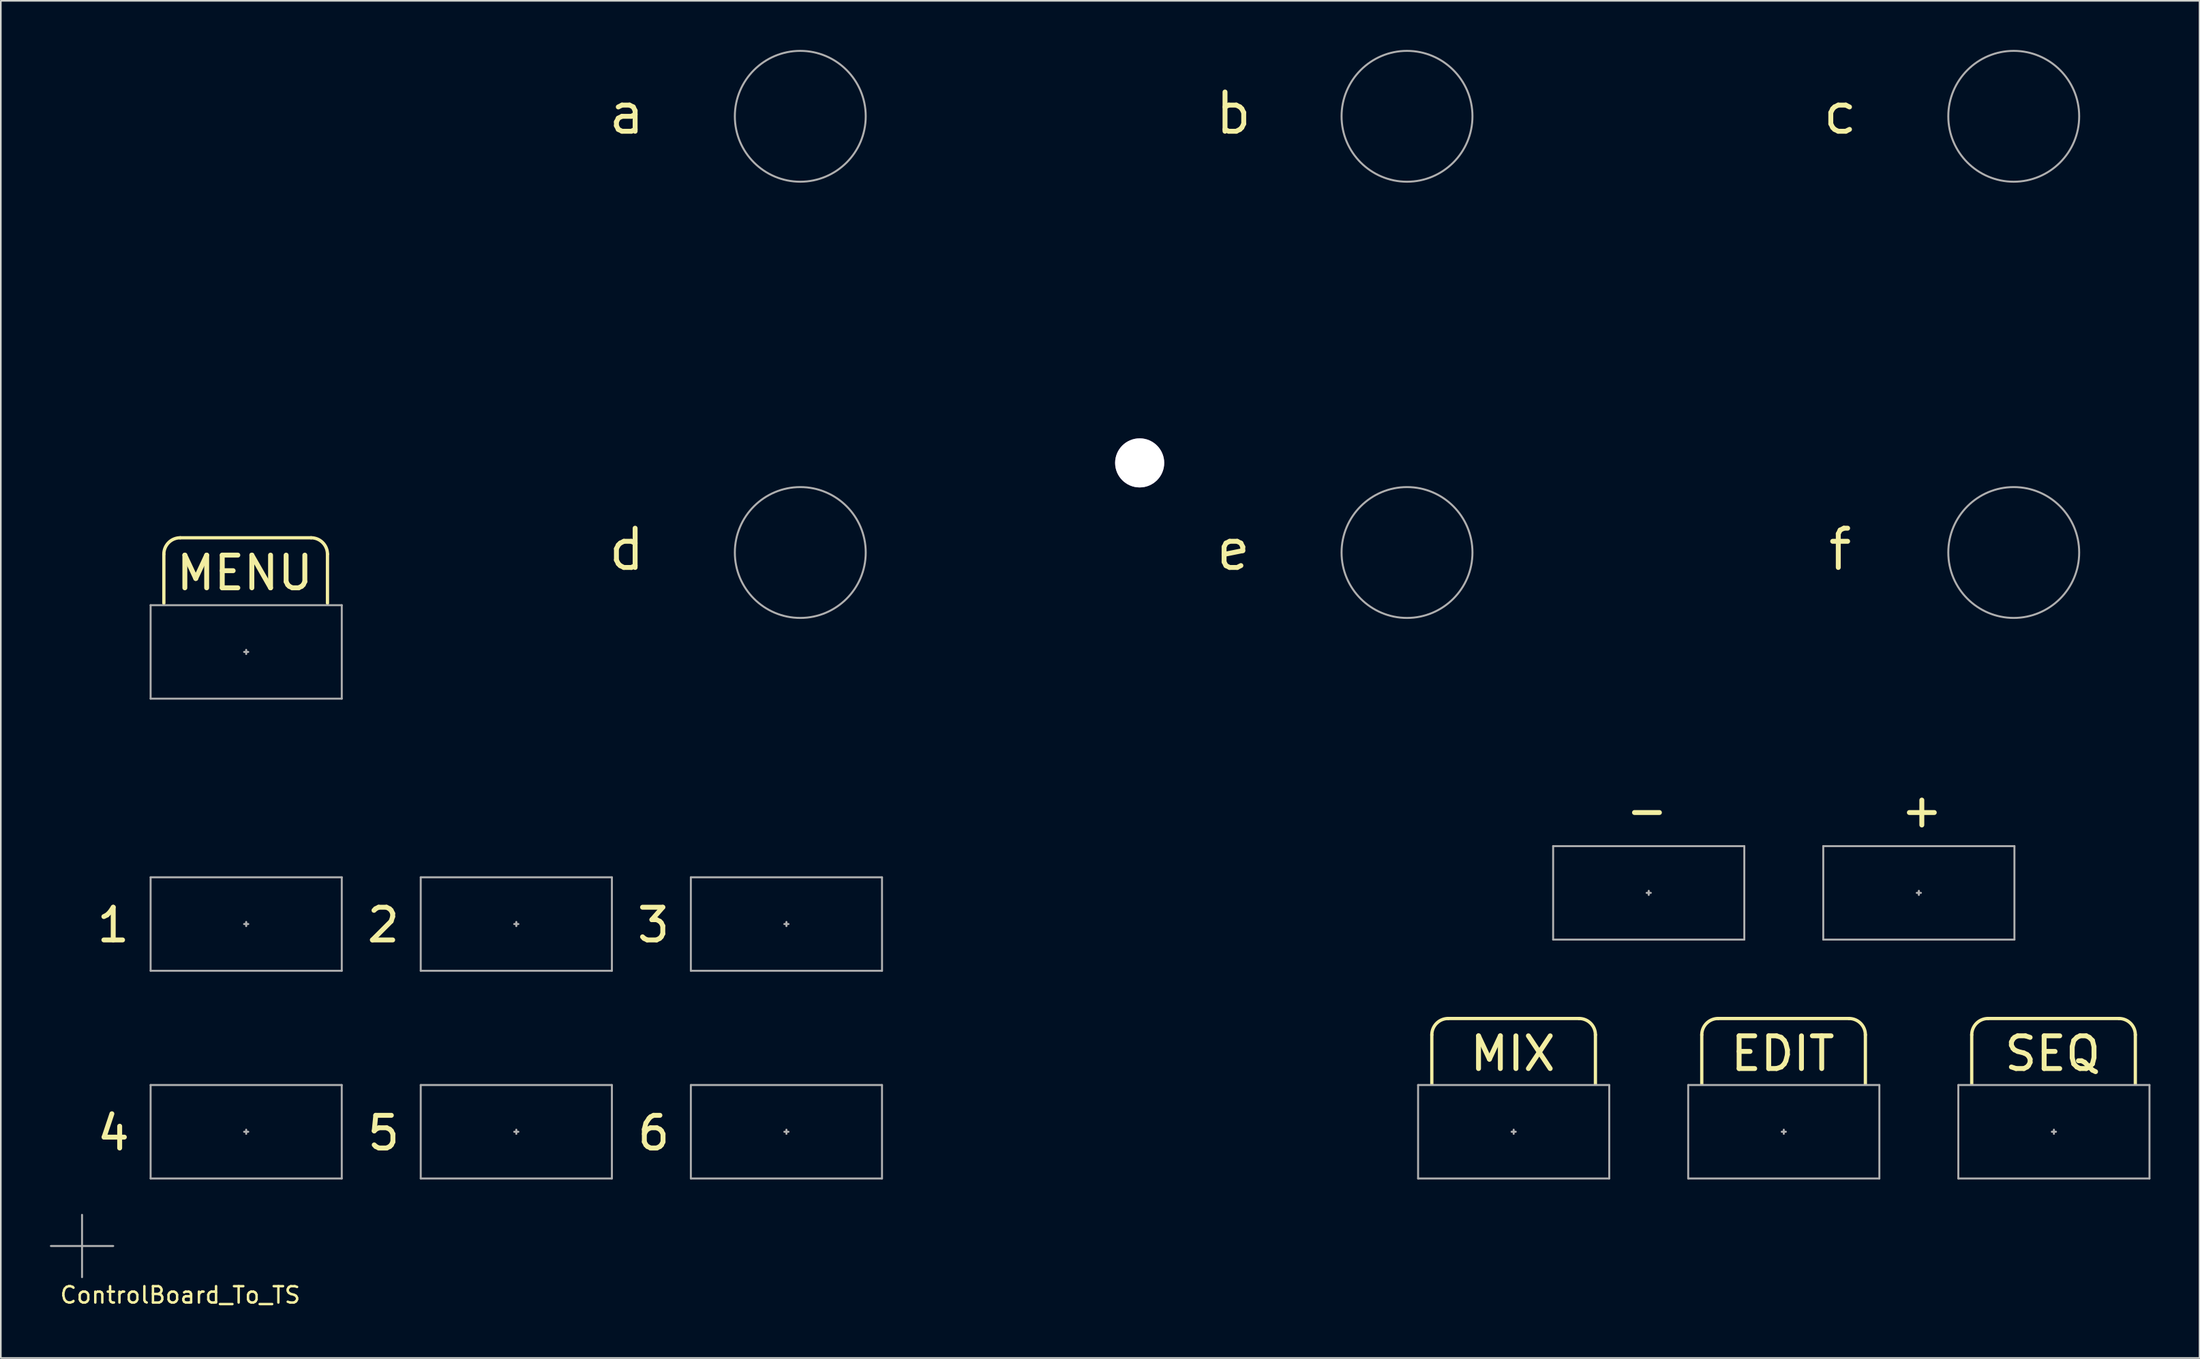
<source format=kicad_pcb>
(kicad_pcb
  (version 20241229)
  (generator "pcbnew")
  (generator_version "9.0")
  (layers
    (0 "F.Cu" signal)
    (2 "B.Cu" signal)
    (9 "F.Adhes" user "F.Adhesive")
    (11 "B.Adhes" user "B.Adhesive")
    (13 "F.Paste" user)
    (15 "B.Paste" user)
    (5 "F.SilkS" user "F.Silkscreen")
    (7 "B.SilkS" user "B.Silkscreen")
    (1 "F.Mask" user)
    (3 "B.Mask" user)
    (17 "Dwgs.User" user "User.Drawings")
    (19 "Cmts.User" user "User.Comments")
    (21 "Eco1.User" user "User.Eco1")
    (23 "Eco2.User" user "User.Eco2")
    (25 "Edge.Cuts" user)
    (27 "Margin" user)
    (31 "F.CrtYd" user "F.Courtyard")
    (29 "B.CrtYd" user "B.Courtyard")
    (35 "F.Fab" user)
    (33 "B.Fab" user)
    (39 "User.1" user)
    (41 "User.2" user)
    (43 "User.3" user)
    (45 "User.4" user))
  (footprint "ControlBoard_To_TS"
    (layer "F.Cu")
    (at 1.965 73.13)
    (property "Reference" "ControlBoard_To_TS" (at 6 3 0) (layer "F.SilkS") (effects (font (size 1 1) (thickness 0.15))))
    (attr through_hole)
    (fp_line (start 5 -39.3) (end 5 -42.3) (stroke (width 0.2) (type solid)) (layer "F.SilkS"))
    (fp_line (start 6 -43.3) (end 14 -43.3) (stroke (width 0.2) (type solid)) (layer "F.SilkS"))
    (fp_line (start 15 -42.3) (end 15 -39.3) (stroke (width 0.2) (type solid)) (layer "F.SilkS"))
    (fp_line (start 82.5 -9.909) (end 82.5 -12.909) (stroke (width 0.2) (type solid)) (layer "F.SilkS"))
    (fp_line (start 83.5 -13.909) (end 91.5 -13.909) (stroke (width 0.2) (type solid)) (layer "F.SilkS"))
    (fp_line (start 92.5 -12.909) (end 92.5 -9.909) (stroke (width 0.2) (type solid)) (layer "F.SilkS"))
    (fp_line (start 99 -9.909) (end 99 -12.909) (stroke (width 0.2) (type solid)) (layer "F.SilkS"))
    (fp_line (start 100 -13.909) (end 108 -13.909) (stroke (width 0.2) (type solid)) (layer "F.SilkS"))
    (fp_line (start 109 -12.909) (end 109 -9.909) (stroke (width 0.2) (type solid)) (layer "F.SilkS"))
    (fp_line (start 115.5 -9.909) (end 115.5 -12.909) (stroke (width 0.2) (type solid)) (layer "F.SilkS"))
    (fp_line (start 116.5 -13.909) (end 124.5 -13.909) (stroke (width 0.2) (type solid)) (layer "F.SilkS"))
    (fp_line (start 125.5 -12.909) (end 125.5 -9.909) (stroke (width 0.2) (type solid)) (layer "F.SilkS"))
    (fp_arc (start 5 -42.3) (mid 5.292893 -43.007107) (end 6 -43.3) (stroke (width 0.2) (type solid)) (layer "F.SilkS"))
    (fp_arc (start 14 -43.3) (mid 14.707107 -43.007107) (end 15 -42.3) (stroke (width 0.2) (type solid)) (layer "F.SilkS"))
    (fp_arc (start 82.5 -12.9095) (mid 82.792893 -13.616607) (end 83.5 -13.9095) (stroke (width 0.2) (type solid)) (layer "F.SilkS"))
    (fp_arc (start 91.5 -13.9095) (mid 92.207107 -13.616607) (end 92.5 -12.9095) (stroke (width 0.2) (type solid)) (layer "F.SilkS"))
    (fp_arc (start 99 -12.9095) (mid 99.292893 -13.616607) (end 100 -13.9095) (stroke (width 0.2) (type solid)) (layer "F.SilkS"))
    (fp_arc (start 108 -13.9095) (mid 108.707107 -13.616607) (end 109 -12.9095) (stroke (width 0.2) (type solid)) (layer "F.SilkS"))
    (fp_arc (start 115.5 -12.9095) (mid 115.792893 -13.616607) (end 116.5 -13.9095) (stroke (width 0.2) (type solid)) (layer "F.SilkS"))
    (fp_arc (start 124.5 -13.9095) (mid 125.207107 -13.616607) (end 125.5 -12.9095) (stroke (width 0.2) (type solid)) (layer "F.SilkS"))
    (fp_line (start -1.905 0) (end 1.905 0) (stroke (width 0.12) (type solid)) (layer "F.Fab"))
    (fp_line (start 0 -1.905) (end 0 1.905) (stroke (width 0.12) (type solid)) (layer "F.Fab"))
    (fp_line (start 4.191 -39.179) (end 15.875 -39.179) (stroke (width 0.12) (type solid)) (layer "F.Fab"))
    (fp_line (start 4.191 -33.465) (end 4.191 -39.179) (stroke (width 0.12) (type solid)) (layer "F.Fab"))
    (fp_line (start 4.191 -22.543) (end 15.875 -22.543) (stroke (width 0.12) (type solid)) (layer "F.Fab"))
    (fp_line (start 4.191 -16.828) (end 4.191 -22.543) (stroke (width 0.12) (type solid)) (layer "F.Fab"))
    (fp_line (start 4.191 -9.842) (end 15.873 -9.842) (stroke (width 0.12) (type solid)) (layer "F.Fab"))
    (fp_line (start 4.191 -4.128) (end 4.191 -9.842) (stroke (width 0.12) (type solid)) (layer "F.Fab"))
    (fp_line (start 9.906 -36.322) (end 10.16 -36.322) (stroke (width 0.12) (type solid)) (layer "F.Fab"))
    (fp_line (start 9.906 -19.685) (end 10.16 -19.685) (stroke (width 0.12) (type solid)) (layer "F.Fab"))
    (fp_line (start 9.906 -6.985) (end 10.16 -6.985) (stroke (width 0.12) (type solid)) (layer "F.Fab"))
    (fp_line (start 10.033 -36.449) (end 10.033 -36.195) (stroke (width 0.12) (type solid)) (layer "F.Fab"))
    (fp_line (start 10.033 -19.812) (end 10.033 -19.558) (stroke (width 0.12) (type solid)) (layer "F.Fab"))
    (fp_line (start 10.033 -7.112) (end 10.033 -6.858) (stroke (width 0.12) (type solid)) (layer "F.Fab"))
    (fp_line (start 15.873 -9.842) (end 15.875 -4.128) (stroke (width 0.12) (type solid)) (layer "F.Fab"))
    (fp_line (start 15.875 -39.179) (end 15.875 -33.465) (stroke (width 0.12) (type solid)) (layer "F.Fab"))
    (fp_line (start 15.875 -33.465) (end 4.191 -33.465) (stroke (width 0.12) (type solid)) (layer "F.Fab"))
    (fp_line (start 15.875 -22.543) (end 15.875 -16.828) (stroke (width 0.12) (type solid)) (layer "F.Fab"))
    (fp_line (start 15.875 -16.828) (end 4.191 -16.828) (stroke (width 0.12) (type solid)) (layer "F.Fab"))
    (fp_line (start 15.875 -4.128) (end 4.191 -4.128) (stroke (width 0.12) (type solid)) (layer "F.Fab"))
    (fp_line (start 20.701 -22.543) (end 32.385 -22.543) (stroke (width 0.12) (type solid)) (layer "F.Fab"))
    (fp_line (start 20.701 -16.828) (end 20.701 -22.543) (stroke (width 0.12) (type solid)) (layer "F.Fab"))
    (fp_line (start 20.701 -9.842) (end 32.385 -9.842) (stroke (width 0.12) (type solid)) (layer "F.Fab"))
    (fp_line (start 20.701 -4.128) (end 20.701 -9.842) (stroke (width 0.12) (type solid)) (layer "F.Fab"))
    (fp_line (start 26.416 -19.685) (end 26.67 -19.685) (stroke (width 0.12) (type solid)) (layer "F.Fab"))
    (fp_line (start 26.416 -6.985) (end 26.67 -6.985) (stroke (width 0.12) (type solid)) (layer "F.Fab"))
    (fp_line (start 26.543 -19.812) (end 26.543 -19.558) (stroke (width 0.12) (type solid)) (layer "F.Fab"))
    (fp_line (start 26.543 -7.112) (end 26.543 -6.858) (stroke (width 0.12) (type solid)) (layer "F.Fab"))
    (fp_line (start 32.385 -22.543) (end 32.385 -16.828) (stroke (width 0.12) (type solid)) (layer "F.Fab"))
    (fp_line (start 32.385 -16.828) (end 20.701 -16.828) (stroke (width 0.12) (type solid)) (layer "F.Fab"))
    (fp_line (start 32.385 -9.842) (end 32.385 -4.128) (stroke (width 0.12) (type solid)) (layer "F.Fab"))
    (fp_line (start 32.385 -4.128) (end 20.701 -4.128) (stroke (width 0.12) (type solid)) (layer "F.Fab"))
    (fp_line (start 37.211 -22.543) (end 48.895 -22.543) (stroke (width 0.12) (type solid)) (layer "F.Fab"))
    (fp_line (start 37.211 -16.828) (end 37.211 -22.543) (stroke (width 0.12) (type solid)) (layer "F.Fab"))
    (fp_line (start 37.211 -9.842) (end 48.895 -9.842) (stroke (width 0.12) (type solid)) (layer "F.Fab"))
    (fp_line (start 37.211 -4.128) (end 37.211 -9.842) (stroke (width 0.12) (type solid)) (layer "F.Fab"))
    (fp_line (start 42.926 -19.685) (end 43.18 -19.685) (stroke (width 0.12) (type solid)) (layer "F.Fab"))
    (fp_line (start 42.926 -6.985) (end 43.18 -6.985) (stroke (width 0.12) (type solid)) (layer "F.Fab"))
    (fp_line (start 43.053 -19.812) (end 43.053 -19.558) (stroke (width 0.12) (type solid)) (layer "F.Fab"))
    (fp_line (start 43.053 -7.112) (end 43.053 -6.858) (stroke (width 0.12) (type solid)) (layer "F.Fab"))
    (fp_line (start 48.895 -22.543) (end 48.897 -16.828) (stroke (width 0.12) (type solid)) (layer "F.Fab"))
    (fp_line (start 48.895 -16.828) (end 37.211 -16.828) (stroke (width 0.12) (type solid)) (layer "F.Fab"))
    (fp_line (start 48.895 -9.842) (end 48.895 -4.128) (stroke (width 0.12) (type solid)) (layer "F.Fab"))
    (fp_line (start 48.895 -4.128) (end 37.211 -4.128) (stroke (width 0.12) (type solid)) (layer "F.Fab"))
    (fp_line (start 81.661 -9.842) (end 93.343 -9.842) (stroke (width 0.12) (type solid)) (layer "F.Fab"))
    (fp_line (start 81.661 -4.128) (end 81.661 -9.842) (stroke (width 0.12) (type solid)) (layer "F.Fab"))
    (fp_line (start 87.376 -6.985) (end 87.63 -6.985) (stroke (width 0.12) (type solid)) (layer "F.Fab"))
    (fp_line (start 87.503 -7.112) (end 87.503 -6.858) (stroke (width 0.12) (type solid)) (layer "F.Fab"))
    (fp_line (start 89.916 -24.448) (end 101.598 -24.448) (stroke (width 0.12) (type solid)) (layer "F.Fab"))
    (fp_line (start 89.916 -18.733) (end 89.916 -24.448) (stroke (width 0.12) (type solid)) (layer "F.Fab"))
    (fp_line (start 93.345 -9.842) (end 93.345 -4.128) (stroke (width 0.12) (type solid)) (layer "F.Fab"))
    (fp_line (start 93.345 -4.128) (end 81.661 -4.128) (stroke (width 0.12) (type solid)) (layer "F.Fab"))
    (fp_line (start 95.631 -21.59) (end 95.885 -21.59) (stroke (width 0.12) (type solid)) (layer "F.Fab"))
    (fp_line (start 95.758 -21.717) (end 95.758 -21.463) (stroke (width 0.12) (type solid)) (layer "F.Fab"))
    (fp_line (start 98.171 -9.842) (end 109.855 -9.842) (stroke (width 0.12) (type solid)) (layer "F.Fab"))
    (fp_line (start 98.171 -4.128) (end 98.171 -9.842) (stroke (width 0.12) (type solid)) (layer "F.Fab"))
    (fp_line (start 101.6 -24.448) (end 101.6 -18.733) (stroke (width 0.12) (type solid)) (layer "F.Fab"))
    (fp_line (start 101.6 -18.733) (end 89.916 -18.733) (stroke (width 0.12) (type solid)) (layer "F.Fab"))
    (fp_line (start 103.886 -6.985) (end 104.14 -6.985) (stroke (width 0.12) (type solid)) (layer "F.Fab"))
    (fp_line (start 104.013 -7.112) (end 104.013 -6.858) (stroke (width 0.12) (type solid)) (layer "F.Fab"))
    (fp_line (start 106.426 -24.448) (end 118.108 -24.448) (stroke (width 0.12) (type solid)) (layer "F.Fab"))
    (fp_line (start 106.426 -18.733) (end 106.426 -24.448) (stroke (width 0.12) (type solid)) (layer "F.Fab"))
    (fp_line (start 109.855 -9.842) (end 109.855 -4.128) (stroke (width 0.12) (type solid)) (layer "F.Fab"))
    (fp_line (start 109.855 -4.128) (end 98.171 -4.128) (stroke (width 0.12) (type solid)) (layer "F.Fab"))
    (fp_line (start 112.141 -21.59) (end 112.395 -21.59) (stroke (width 0.12) (type solid)) (layer "F.Fab"))
    (fp_line (start 112.268 -21.717) (end 112.268 -21.463) (stroke (width 0.12) (type solid)) (layer "F.Fab"))
    (fp_line (start 114.681 -9.842) (end 126.365 -9.842) (stroke (width 0.12) (type solid)) (layer "F.Fab"))
    (fp_line (start 114.681 -4.128) (end 114.681 -9.842) (stroke (width 0.12) (type solid)) (layer "F.Fab"))
    (fp_line (start 118.11 -24.448) (end 118.11 -18.733) (stroke (width 0.12) (type solid)) (layer "F.Fab"))
    (fp_line (start 118.11 -18.733) (end 106.426 -18.733) (stroke (width 0.12) (type solid)) (layer "F.Fab"))
    (fp_line (start 120.396 -6.985) (end 120.65 -6.985) (stroke (width 0.12) (type solid)) (layer "F.Fab"))
    (fp_line (start 120.523 -7.112) (end 120.523 -6.858) (stroke (width 0.12) (type solid)) (layer "F.Fab"))
    (fp_line (start 126.365 -9.842) (end 126.365 -4.128) (stroke (width 0.12) (type solid)) (layer "F.Fab"))
    (fp_line (start 126.365 -4.128) (end 114.681 -4.128) (stroke (width 0.12) (type solid)) (layer "F.Fab"))
    (fp_circle (center 43.9 -69.07) (end 47.9 -69.07) (stroke (width 0.12) (type solid)) (fill no) (layer "F.Fab"))
    (fp_circle (center 43.9 -42.4) (end 47.9 -42.4) (stroke (width 0.12) (type solid)) (fill no) (layer "F.Fab"))
    (fp_circle (center 80.984 -69.07) (end 84.984 -69.07) (stroke (width 0.12) (type solid)) (fill no) (layer "F.Fab"))
    (fp_circle (center 80.984 -42.4) (end 84.984 -42.4) (stroke (width 0.12) (type solid)) (fill no) (layer "F.Fab"))
    (fp_circle (center 118.068 -69.07) (end 122.068 -69.07) (stroke (width 0.12) (type solid)) (fill no) (layer "F.Fab"))
    (fp_circle (center 118.068 -42.4) (end 122.068 -42.4) (stroke (width 0.12) (type solid)) (fill no) (layer "F.Fab"))
    (fp_text user "1" (at 1.905 -19.622 0) (layer "F.SilkS") (effects (font (size 2 2) (thickness 0.3))))
    (fp_text user "+" (at 112.45 -26.65 180) (layer "F.SilkS") (effects (font (size 2 2) (thickness 0.3))))
    (fp_text user "-" (at 95.65 -26.65 180) (layer "F.SilkS") (effects (font (size 2 2) (thickness 0.3))))
    (fp_text user "a" (at 33.29 -69.25 0) (layer "F.SilkS") (effects (font (size 2.4 2.4) (thickness 0.3))))
    (fp_text user "b" (at 70.374 -69.25 0) (layer "F.SilkS") (effects (font (size 2.4 2.4) (thickness 0.3))))
    (fp_text user "MIX" (at 87.45 -11.759 0) (layer "F.SilkS") (effects (font (size 2 2) (thickness 0.3))))
    (fp_text user "3" (at 34.925 -19.622 0) (layer "F.SilkS") (effects (font (size 2 2) (thickness 0.3))))
    (fp_text user "SEQ" (at 120.45 -11.759 0) (layer "F.SilkS") (effects (font (size 2 2) (thickness 0.3))))
    (fp_text user "d" (at 33.29 -42.58 0) (layer "F.SilkS") (effects (font (size 2.4 2.4) (thickness 0.3))))
    (fp_text user "EDIT" (at 103.95 -11.759 0) (layer "F.SilkS") (effects (font (size 2 2) (thickness 0.3))))
    (fp_text user "c" (at 107.458 -69.25 0) (layer "F.SilkS") (effects (font (size 2.4 2.4) (thickness 0.3))))
    (fp_text user "2" (at 18.415 -19.622 0) (layer "F.SilkS") (effects (font (size 2 2) (thickness 0.3))))
    (fp_text user "6" (at 34.939 -6.9 0) (layer "F.SilkS") (effects (font (size 2 2) (thickness 0.3))))
    (fp_text user "e" (at 70.374 -42.58 0) (layer "F.SilkS") (effects (font (size 2.4 2.4) (thickness 0.3))))
    (fp_text user "5" (at 18.429 -6.9 0) (layer "F.SilkS") (effects (font (size 2 2) (thickness 0.3))))
    (fp_text user "MENU" (at 9.95 -41.15 0) (layer "F.SilkS") (effects (font (size 2 2) (thickness 0.3))))
    (fp_text user "4" (at 1.919 -6.9 0) (layer "F.SilkS") (effects (font (size 2 2) (thickness 0.3))))
    (fp_text user "f" (at 107.458 -42.58 0) (layer "F.SilkS") (effects (font (size 2.4 2.4) (thickness 0.3))))
    (pad "" thru_hole circle (at 64.643 -47.879) (size 3 3) (drill 3) (layers "*.Cu" "*.Mask")))
  (gr_rect
    (start -3 -3)
    (end 131.39 79.978)
    (stroke (width 0.1) (type default))
    (fill no)
    (layer "Edge.Cuts")))
</source>
